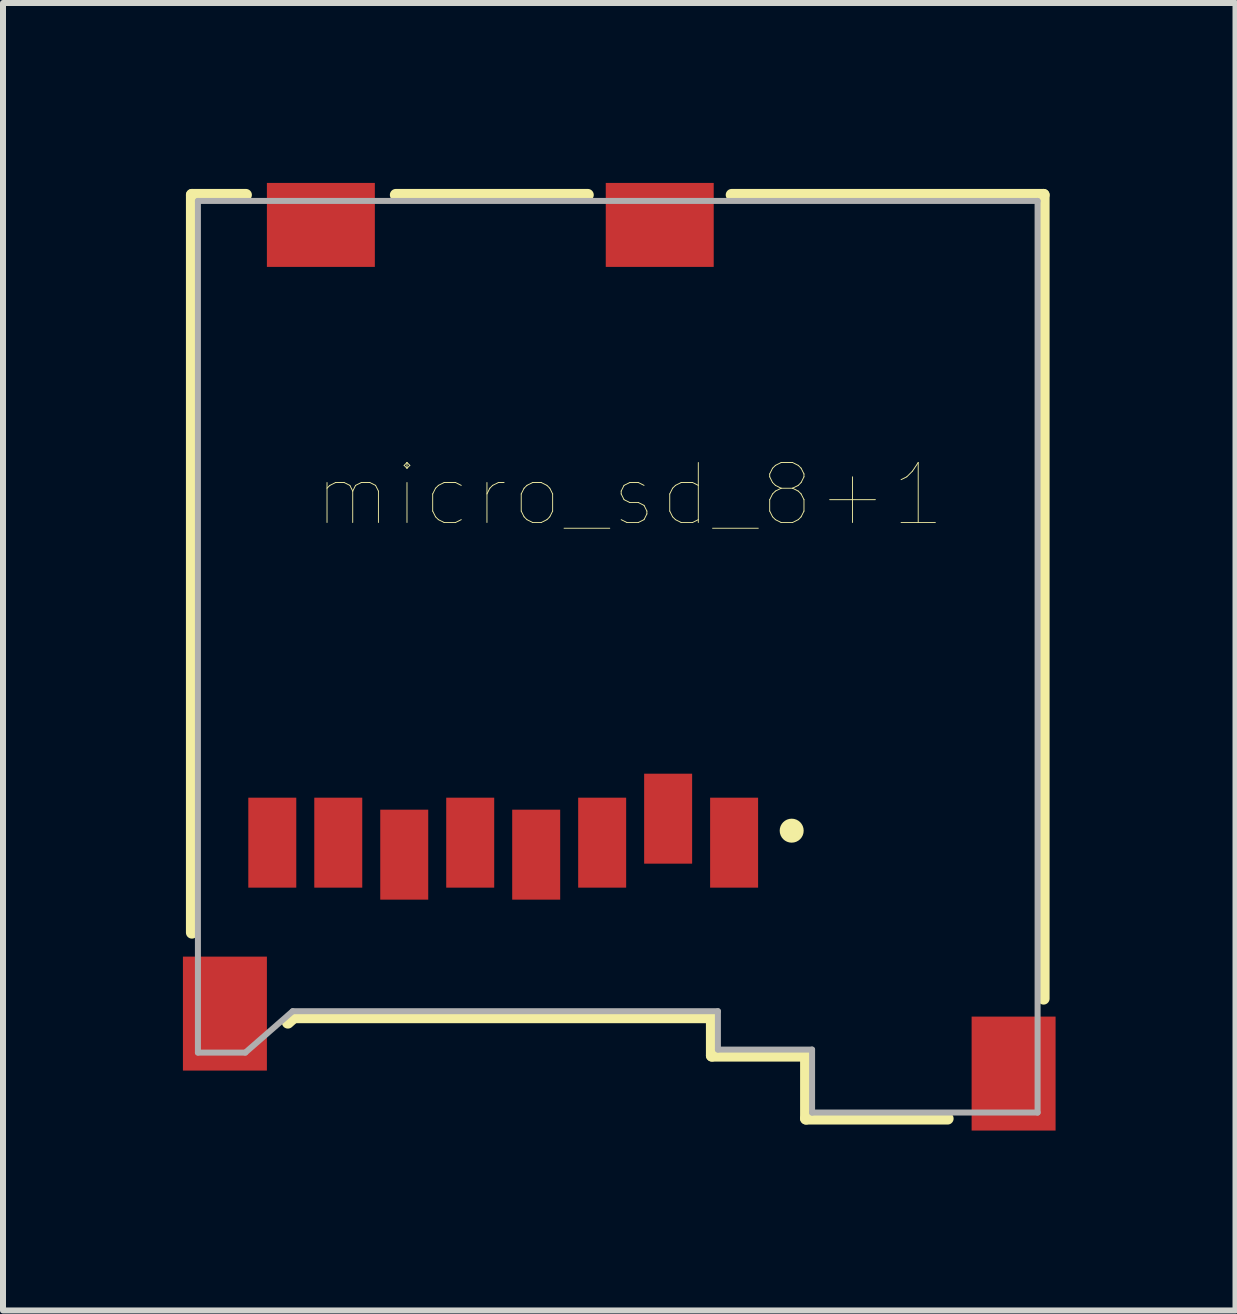
<source format=kicad_pcb>
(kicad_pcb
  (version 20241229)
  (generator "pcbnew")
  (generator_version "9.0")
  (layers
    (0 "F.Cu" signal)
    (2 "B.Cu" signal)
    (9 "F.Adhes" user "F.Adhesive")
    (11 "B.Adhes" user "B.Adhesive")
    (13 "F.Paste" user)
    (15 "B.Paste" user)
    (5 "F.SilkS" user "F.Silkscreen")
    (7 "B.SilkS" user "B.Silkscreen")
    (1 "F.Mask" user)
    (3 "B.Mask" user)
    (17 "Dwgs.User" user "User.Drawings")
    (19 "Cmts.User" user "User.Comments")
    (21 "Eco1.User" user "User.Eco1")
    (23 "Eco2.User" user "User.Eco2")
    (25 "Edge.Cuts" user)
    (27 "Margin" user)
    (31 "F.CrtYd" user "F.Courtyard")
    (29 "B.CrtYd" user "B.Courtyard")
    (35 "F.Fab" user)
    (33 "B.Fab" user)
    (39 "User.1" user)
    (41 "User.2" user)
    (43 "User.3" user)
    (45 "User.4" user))
  (footprint "micro_sd_8+1"
    (layer "F.Cu")
    (at 7.25 7.9)
    (property "Reference" "micro_sd_8+1" (at 0.2 -2.7 0) (layer "F.SilkS") (effects (font (size 1 1) (thickness 0.015))))
    (attr through_hole)
    (fp_line (start -7.1 -7.7) (end -7.1 4.6) (stroke (width 0.2) (type solid)) (layer "F.SilkS"))
    (fp_line (start -6.2 -7.7) (end -7.1 -7.7) (stroke (width 0.2) (type solid)) (layer "F.SilkS"))
    (fp_line (start -5.5 6.1) (end -5.4 6.01) (stroke (width 0.2) (type solid)) (layer "F.SilkS"))
    (fp_line (start -5.4 6.01) (end 1.57 6.01) (stroke (width 0.2) (type solid)) (layer "F.SilkS"))
    (fp_line (start -3.7 -7.7) (end -0.5 -7.7) (stroke (width 0.2) (type solid)) (layer "F.SilkS"))
    (fp_line (start 1.57 6.01) (end 1.57 6.65) (stroke (width 0.2) (type solid)) (layer "F.SilkS"))
    (fp_line (start 1.57 6.65) (end 3.14 6.65) (stroke (width 0.2) (type solid)) (layer "F.SilkS"))
    (fp_line (start 1.9 -7.7) (end 7.1 -7.7) (stroke (width 0.2) (type solid)) (layer "F.SilkS"))
    (fp_line (start 3.14 6.65) (end 3.14 7.7) (stroke (width 0.2) (type solid)) (layer "F.SilkS"))
    (fp_line (start 3.14 7.7) (end 5.5 7.7) (stroke (width 0.2) (type solid)) (layer "F.SilkS"))
    (fp_line (start 7.1 -7.7) (end 7.1 5.7) (stroke (width 0.2) (type solid)) (layer "F.SilkS"))
    (fp_circle (center 2.9 2.9) (end 3 2.9) (stroke (width 0.2) (type solid)) (fill no) (layer "F.SilkS"))
    (fp_line (start -7 -7.6) (end -7 6.6) (stroke (width 0.1) (type solid)) (layer "F.Fab"))
    (fp_line (start -6.21 6.6) (end -7 6.6) (stroke (width 0.1) (type solid)) (layer "F.Fab"))
    (fp_line (start -6.21 6.6) (end -5.42 5.91) (stroke (width 0.1) (type solid)) (layer "F.Fab"))
    (fp_line (start -5.42 5.91) (end 1.67 5.91) (stroke (width 0.1) (type solid)) (layer "F.Fab"))
    (fp_line (start 1.67 5.91) (end 1.67 6.55) (stroke (width 0.1) (type solid)) (layer "F.Fab"))
    (fp_line (start 3.24 6.55) (end 1.67 6.55) (stroke (width 0.1) (type solid)) (layer "F.Fab"))
    (fp_line (start 3.24 7.6) (end 3.24 6.55) (stroke (width 0.1) (type solid)) (layer "F.Fab"))
    (fp_line (start 7 -7.6) (end -7 -7.6) (stroke (width 0.1) (type solid)) (layer "F.Fab"))
    (fp_line (start 7 7.6) (end 3.24 7.6) (stroke (width 0.1) (type solid)) (layer "F.Fab"))
    (fp_line (start 7 7.6) (end 7 -7.6) (stroke (width 0.1) (type solid)) (layer "F.Fab"))
    (pad "1" smd rect (at 1.94 3.1) (size 0.8 1.5) (layers "F.Cu" "F.Mask" "F.Paste"))
    (pad "2" smd rect (at 0.84 2.7) (size 0.8 1.5) (layers "F.Cu" "F.Mask" "F.Paste"))
    (pad "3" smd rect (at -0.26 3.1) (size 0.8 1.5) (layers "F.Cu" "F.Mask" "F.Paste"))
    (pad "4" smd rect (at -1.36 3.3) (size 0.8 1.5) (layers "F.Cu" "F.Mask" "F.Paste"))
    (pad "5" smd rect (at -2.46 3.1) (size 0.8 1.5) (layers "F.Cu" "F.Mask" "F.Paste"))
    (pad "6" smd rect (at -3.56 3.3) (size 0.8 1.5) (layers "F.Cu" "F.Mask" "F.Paste"))
    (pad "7" smd rect (at -4.66 3.1) (size 0.8 1.5) (layers "F.Cu" "F.Mask" "F.Paste"))
    (pad "8" smd rect (at -5.76 3.1) (size 0.8 1.5) (layers "F.Cu" "F.Mask" "F.Paste"))
    (pad "9" smd rect (at -6.55 5.95) (size 1.4 1.9) (layers "F.Cu" "F.Mask" "F.Paste"))
    (pad "9" smd rect (at 6.6 6.95) (size 1.4 1.9) (layers "F.Cu" "F.Mask" "F.Paste"))
    (pad "10" smd rect (at -4.95 -7.2) (size 1.8 1.4) (layers "F.Cu" "F.Mask" "F.Paste"))
    (pad "10" smd rect (at 0.7 -7.2) (size 1.8 1.4) (layers "F.Cu" "F.Mask" "F.Paste")))
  (gr_rect
    (start -3 -3)
    (end 17.55 18.8)
    (stroke (width 0.1) (type default))
    (fill no)
    (layer "Edge.Cuts")))
</source>
